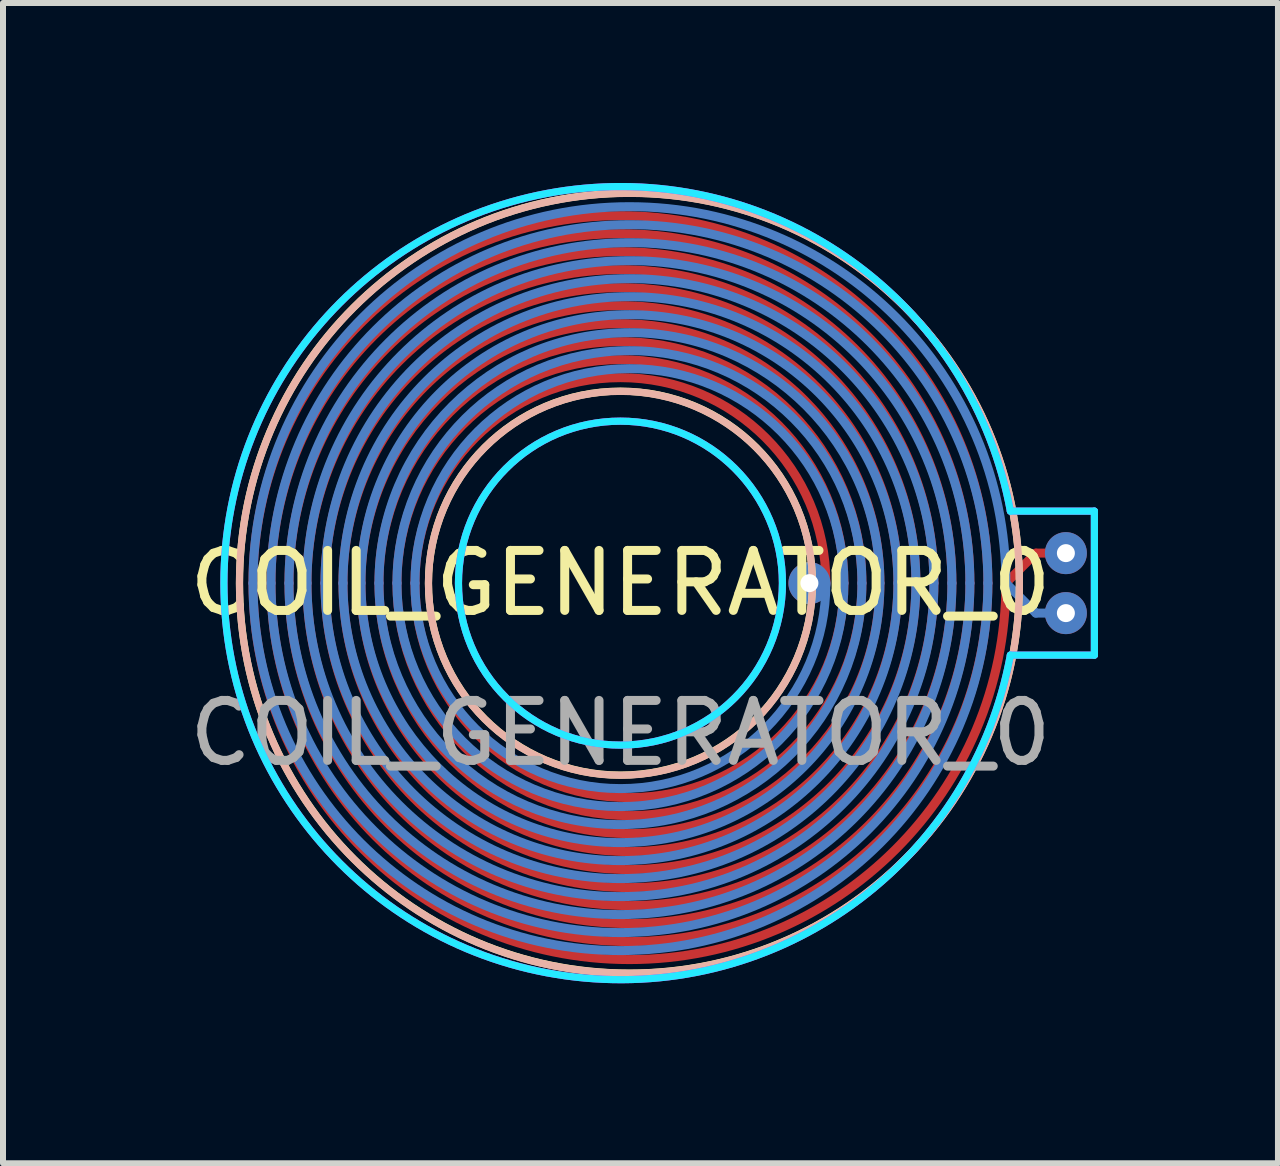
<source format=kicad_pcb>
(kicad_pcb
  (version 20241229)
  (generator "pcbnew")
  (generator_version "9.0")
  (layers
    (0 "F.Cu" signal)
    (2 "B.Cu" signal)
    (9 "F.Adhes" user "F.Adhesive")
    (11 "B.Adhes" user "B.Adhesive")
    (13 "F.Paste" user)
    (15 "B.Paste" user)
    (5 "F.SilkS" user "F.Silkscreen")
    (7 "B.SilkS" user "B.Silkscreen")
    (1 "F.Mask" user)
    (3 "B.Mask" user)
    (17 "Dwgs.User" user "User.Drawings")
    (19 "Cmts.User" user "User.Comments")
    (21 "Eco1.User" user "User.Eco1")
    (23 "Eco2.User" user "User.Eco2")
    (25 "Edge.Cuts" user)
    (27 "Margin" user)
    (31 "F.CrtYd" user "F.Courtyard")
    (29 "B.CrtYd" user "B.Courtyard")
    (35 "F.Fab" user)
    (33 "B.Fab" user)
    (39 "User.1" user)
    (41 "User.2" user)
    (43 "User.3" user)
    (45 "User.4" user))
  (footprint "COIL_GENERATOR_0"
    (layer "F.Cu")
    (at 7.292 6.67)
    (property "Reference" "COIL_GENERATOR_0" (at 0 0 0) (unlocked yes) (layer "F.SilkS") (effects (font (size 1 1) (thickness 0.15))))
    (attr exclude_from_pos_files exclude_from_bom)
    (fp_line (start 6.425 0) (end 6.925 -0.5) (stroke (width 0.15) (type solid)) (layer "F.Cu"))
    (fp_line (start 6.925 -0.5) (end 7.1 -0.5) (stroke (width 0.15) (type solid)) (layer "F.Cu"))
    (fp_arc (start -6.125 0) (mid 0 -6.125) (end 6.125 0) (stroke (width 0.15) (type solid)) (layer "F.Cu"))
    (fp_arc (start -5.825 0) (mid 0 -5.825) (end 5.825 0) (stroke (width 0.15) (type solid)) (layer "F.Cu"))
    (fp_arc (start -5.525 0) (mid 0 -5.525) (end 5.525 0) (stroke (width 0.15) (type solid)) (layer "F.Cu"))
    (fp_arc (start -5.225 0) (mid 0 -5.225) (end 5.225 0) (stroke (width 0.15) (type solid)) (layer "F.Cu"))
    (fp_arc (start -4.925 0) (mid 0 -4.925) (end 4.925 0) (stroke (width 0.15) (type solid)) (layer "F.Cu"))
    (fp_arc (start -4.625 0) (mid 0 -4.625) (end 4.625 0) (stroke (width 0.15) (type solid)) (layer "F.Cu"))
    (fp_arc (start -4.325 0) (mid 0 -4.325) (end 4.325 0) (stroke (width 0.15) (type solid)) (layer "F.Cu"))
    (fp_arc (start -4.025 0) (mid 0 -4.025) (end 4.025 0) (stroke (width 0.15) (type solid)) (layer "F.Cu"))
    (fp_arc (start -3.725 0) (mid 0 -3.725) (end 3.725 0) (stroke (width 0.15) (type solid)) (layer "F.Cu"))
    (fp_arc (start -3.425 0) (mid 0 -3.425) (end 3.425 0) (stroke (width 0.15) (type solid)) (layer "F.Cu"))
    (fp_arc (start 3.725 0) (mid 0 3.575) (end -3.425 0) (stroke (width 0.15) (type solid)) (layer "F.Cu"))
    (fp_arc (start 4.025 0) (mid 0 3.875) (end -3.725 0) (stroke (width 0.15) (type solid)) (layer "F.Cu"))
    (fp_arc (start 4.325 0) (mid 0 4.175) (end -4.025 0) (stroke (width 0.15) (type solid)) (layer "F.Cu"))
    (fp_arc (start 4.625 0) (mid 0 4.475) (end -4.325 0) (stroke (width 0.15) (type solid)) (layer "F.Cu"))
    (fp_arc (start 4.925 0) (mid 0 4.775) (end -4.625 0) (stroke (width 0.15) (type solid)) (layer "F.Cu"))
    (fp_arc (start 5.225 0) (mid 0 5.075) (end -4.925 0) (stroke (width 0.15) (type solid)) (layer "F.Cu"))
    (fp_arc (start 5.525 0) (mid 0 5.375) (end -5.225 0) (stroke (width 0.15) (type solid)) (layer "F.Cu"))
    (fp_arc (start 5.825 0) (mid 0 5.675) (end -5.525 0) (stroke (width 0.15) (type solid)) (layer "F.Cu"))
    (fp_arc (start 6.125 0) (mid 0 5.975) (end -5.825 0) (stroke (width 0.15) (type solid)) (layer "F.Cu"))
    (fp_arc (start 6.425 0) (mid 0 6.275) (end -6.125 0) (stroke (width 0.15) (type solid)) (layer "F.Cu"))
    (fp_line (start 6.425 0) (end 6.925 0.5) (stroke (width 0.15) (type solid)) (layer "B.Cu"))
    (fp_line (start 6.925 0.5) (end 7.125 0.5) (stroke (width 0.15) (type solid)) (layer "B.Cu"))
    (fp_arc (start -6.125 0) (mid 0 -6.275) (end 6.425 0) (stroke (width 0.15) (type solid)) (layer "B.Cu"))
    (fp_arc (start -5.825 0) (mid 0 -5.975) (end 6.125 0) (stroke (width 0.15) (type solid)) (layer "B.Cu"))
    (fp_arc (start -5.525 0) (mid 0 -5.675) (end 5.825 0) (stroke (width 0.15) (type solid)) (layer "B.Cu"))
    (fp_arc (start -5.225 0) (mid 0 -5.375) (end 5.525 0) (stroke (width 0.15) (type solid)) (layer "B.Cu"))
    (fp_arc (start -4.925 0) (mid 0 -5.075) (end 5.225 0) (stroke (width 0.15) (type solid)) (layer "B.Cu"))
    (fp_arc (start -4.625 0) (mid 0 -4.775) (end 4.925 0) (stroke (width 0.15) (type solid)) (layer "B.Cu"))
    (fp_arc (start -4.325 0) (mid 0 -4.475) (end 4.625 0) (stroke (width 0.15) (type solid)) (layer "B.Cu"))
    (fp_arc (start -4.025 0) (mid 0 -4.175) (end 4.325 0) (stroke (width 0.15) (type solid)) (layer "B.Cu"))
    (fp_arc (start -3.725 0) (mid 0 -3.875) (end 4.025 0) (stroke (width 0.15) (type solid)) (layer "B.Cu"))
    (fp_arc (start -3.425 0) (mid 0 -3.575) (end 3.725 0) (stroke (width 0.15) (type solid)) (layer "B.Cu"))
    (fp_arc (start 3.425 0) (mid 0 3.425) (end -3.425 0) (stroke (width 0.15) (type solid)) (layer "B.Cu"))
    (fp_arc (start 3.725 0) (mid 0 3.725) (end -3.725 0) (stroke (width 0.15) (type solid)) (layer "B.Cu"))
    (fp_arc (start 4.025 0) (mid 0 4.025) (end -4.025 0) (stroke (width 0.15) (type solid)) (layer "B.Cu"))
    (fp_arc (start 4.325 0) (mid 0 4.325) (end -4.325 0) (stroke (width 0.15) (type solid)) (layer "B.Cu"))
    (fp_arc (start 4.625 0) (mid 0 4.625) (end -4.625 0) (stroke (width 0.15) (type solid)) (layer "B.Cu"))
    (fp_arc (start 4.925 0) (mid 0 4.925) (end -4.925 0) (stroke (width 0.15) (type solid)) (layer "B.Cu"))
    (fp_arc (start 5.225 0) (mid 0 5.225) (end -5.225 0) (stroke (width 0.15) (type solid)) (layer "B.Cu"))
    (fp_arc (start 5.525 0) (mid 0 5.525) (end -5.525 0) (stroke (width 0.15) (type solid)) (layer "B.Cu"))
    (fp_arc (start 5.825 0) (mid 0 5.825) (end -5.825 0) (stroke (width 0.15) (type solid)) (layer "B.Cu"))
    (fp_arc (start 6.125 0) (mid 0 6.125) (end -6.125 0) (stroke (width 0.15) (type solid)) (layer "B.Cu"))
    (fp_circle (center 0 0) (end 0 -3.2) (stroke (width 0.12) (type default)) (fill no) (layer "F.SilkS"))
    (fp_circle (center 0.15 0) (end 6.65 0) (stroke (width 0.12) (type default)) (fill no) (layer "F.SilkS"))
    (fp_circle (center 0 0.003) (end 3.2 0.003) (stroke (width 0.12) (type default)) (fill no) (layer "B.SilkS"))
    (fp_circle (center 0.15 0.003) (end 6.65 0.003) (stroke (width 0.12) (type default)) (fill no) (layer "B.SilkS"))
    (fp_line (start 6.5 -1.2) (end 7.9 -1.2) (stroke (width 0.12) (type default)) (layer "B.CrtYd"))
    (fp_line (start 6.5 1.2) (end 7.9 1.2) (stroke (width 0.12) (type default)) (layer "B.CrtYd"))
    (fp_line (start 7.9 -1.2) (end 7.9 1.2) (stroke (width 0.12) (type default)) (layer "B.CrtYd"))
    (fp_arc (start 6.5 1.2) (mid -6.609841 0) (end 6.5 -1.200001) (stroke (width 0.12) (type default)) (layer "B.CrtYd"))
    (fp_circle (center 0 0) (end 0 2.7) (stroke (width 0.12) (type default)) (fill no) (layer "B.CrtYd"))
    (fp_line (start 6.5 -1.2) (end 7.9 -1.2) (stroke (width 0.12) (type default)) (layer "F.CrtYd"))
    (fp_line (start 6.5 1.2) (end 7.9 1.2) (stroke (width 0.12) (type default)) (layer "F.CrtYd"))
    (fp_line (start 7.9 1.2) (end 7.9 -1.2) (stroke (width 0.12) (type default)) (layer "F.CrtYd"))
    (fp_arc (start 6.500001 1.199994) (mid -6.609841 0.000003) (end 6.5 -1.2) (stroke (width 0.12) (type default)) (layer "F.CrtYd"))
    (fp_circle (center 0 0) (end 0 -2.7) (stroke (width 0.12) (type default)) (fill no) (layer "F.CrtYd"))
    (fp_text user "${REFERENCE}" (at 0 2.5 0) (unlocked yes) (layer "F.Fab") (effects (font (size 1 1) (thickness 0.15))))
    (pad "" thru_hole circle (at 3.15 0) (size 0.7 0.7) (drill 0.3) (layers "*.Cu"))
    (pad "1" thru_hole circle (at 7.425 -0.5) (size 0.7 0.7) (drill 0.3) (layers "*.Cu"))
    (pad "2" thru_hole circle (at 7.425 0.5) (size 0.7 0.7) (drill 0.3) (layers "*.Cu")))
  (gr_rect
    (start -3 -3)
    (end 18.252 16.34)
    (stroke (width 0.1) (type default))
    (fill no)
    (layer "Edge.Cuts")))
</source>
